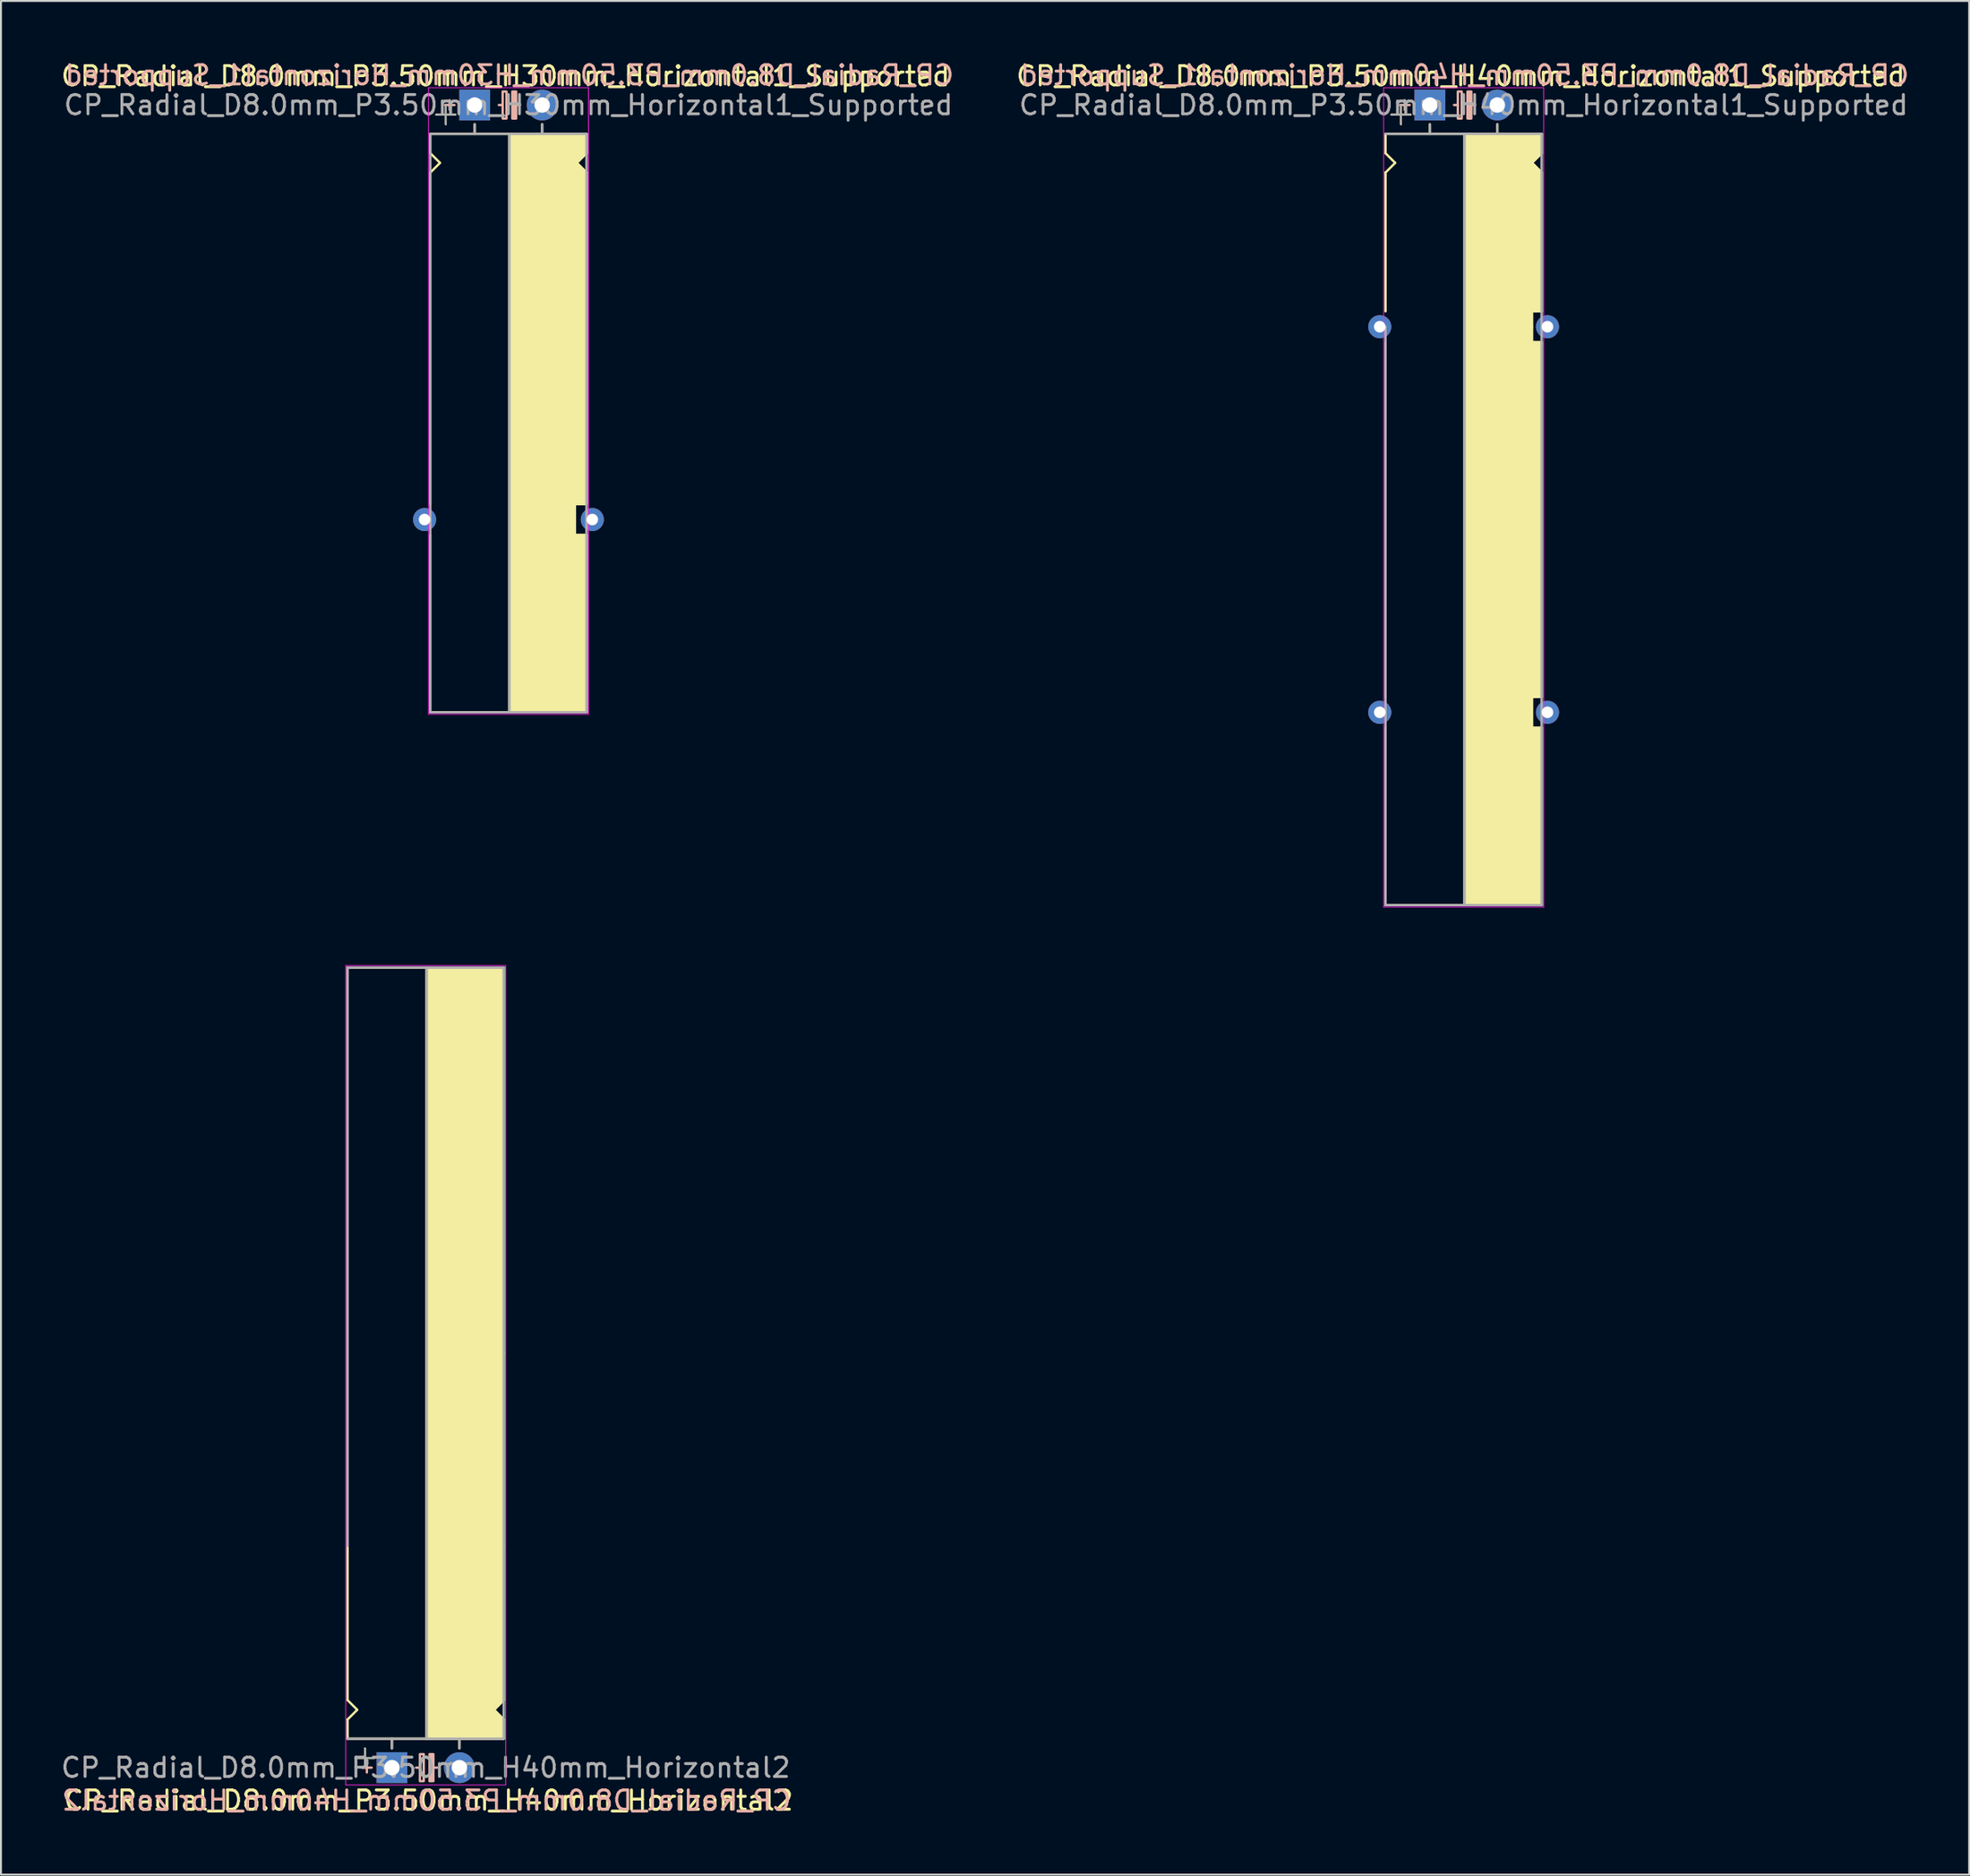
<source format=kicad_pcb>
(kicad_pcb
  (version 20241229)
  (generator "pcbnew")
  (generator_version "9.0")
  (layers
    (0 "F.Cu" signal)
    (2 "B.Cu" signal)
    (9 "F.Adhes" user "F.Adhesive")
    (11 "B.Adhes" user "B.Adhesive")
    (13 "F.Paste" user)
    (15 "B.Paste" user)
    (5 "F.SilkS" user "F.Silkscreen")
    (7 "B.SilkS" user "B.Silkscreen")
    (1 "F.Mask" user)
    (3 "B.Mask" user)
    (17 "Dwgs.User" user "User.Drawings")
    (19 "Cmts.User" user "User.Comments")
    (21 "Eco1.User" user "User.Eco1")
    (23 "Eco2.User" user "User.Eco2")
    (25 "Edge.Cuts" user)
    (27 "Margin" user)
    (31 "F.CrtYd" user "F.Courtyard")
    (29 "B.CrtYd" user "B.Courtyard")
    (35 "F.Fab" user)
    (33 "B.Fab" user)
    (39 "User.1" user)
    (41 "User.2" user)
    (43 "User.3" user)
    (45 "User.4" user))
  (footprint "CP_Radial_D8.0mm_P3.50mm_H40mm_Horizontal1_Supported"
    (layer "F.Cu")
    (at 71.118 2.398)
    (property "Reference" "CP_Radial_D8.0mm_P3.50mm_H40mm_Horizontal1_Supported" (at 1.6 -1.5 0) (layer "F.SilkS") (effects (font (size 1 1) (thickness 0.15))))
    (fp_line (start -2.3 1.5) (end 5.8 1.5) (stroke (width 0.12) (type solid)) (layer "F.SilkS"))
    (fp_line (start -2.3 2.5) (end -2.3 1.5) (stroke (width 0.12) (type solid)) (layer "F.SilkS"))
    (fp_line (start -2.3 3.5) (end -2.3 10.7) (stroke (width 0.12) (type solid)) (layer "F.SilkS"))
    (fp_line (start -2.3 3.5) (end -1.8 3) (stroke (width 0.12) (type solid)) (layer "F.SilkS"))
    (fp_line (start -2.3 12.3) (end -2.3 30.7) (stroke (width 0.12) (type solid)) (layer "F.SilkS"))
    (fp_line (start -2.3 32.3) (end -2.3 41.5) (stroke (width 0.12) (type solid)) (layer "F.SilkS"))
    (fp_line (start -2.3 41.5) (end 5.8 41.5) (stroke (width 0.12) (type solid)) (layer "F.SilkS"))
    (fp_line (start -2 0.5) (end -1 0.5) (stroke (width 0.1) (type solid)) (layer "F.SilkS"))
    (fp_line (start -1.8 3) (end -2.3 2.5) (stroke (width 0.12) (type solid)) (layer "F.SilkS"))
    (fp_line (start -1.5 1) (end -1.5 0) (stroke (width 0.1) (type solid)) (layer "F.SilkS"))
    (fp_line (start 0 1) (end 0 1.5) (stroke (width 0.12) (type solid)) (layer "F.SilkS"))
    (fp_line (start 1.8 41.5) (end 1.8 1.5) (stroke (width 0.12) (type solid)) (layer "F.SilkS"))
    (fp_line (start 3.5 1) (end 3.5 1.5) (stroke (width 0.12) (type solid)) (layer "F.SilkS"))
    (fp_line (start 5.3 3) (end 5.8 2.5) (stroke (width 0.12) (type solid)) (layer "F.SilkS"))
    (fp_line (start 5.3 10.7) (end 5.8 10.7) (stroke (width 0.12) (type solid)) (layer "F.SilkS"))
    (fp_line (start 5.3 11.5) (end 5.3 10.7) (stroke (width 0.12) (type solid)) (layer "F.SilkS"))
    (fp_line (start 5.3 11.5) (end 5.3 12.3) (stroke (width 0.12) (type solid)) (layer "F.SilkS"))
    (fp_line (start 5.3 30.7) (end 5.3 32.3) (stroke (width 0.12) (type solid)) (layer "F.SilkS"))
    (fp_line (start 5.3 30.7) (end 5.8 30.7) (stroke (width 0.12) (type solid)) (layer "F.SilkS"))
    (fp_line (start 5.3 32.3) (end 5.8 32.3) (stroke (width 0.12) (type solid)) (layer "F.SilkS"))
    (fp_line (start 5.8 2.5) (end 5.8 1.5) (stroke (width 0.12) (type solid)) (layer "F.SilkS"))
    (fp_line (start 5.8 3.5) (end 5.3 3) (stroke (width 0.12) (type solid)) (layer "F.SilkS"))
    (fp_line (start 5.8 10.7) (end 5.8 3.5) (stroke (width 0.12) (type solid)) (layer "F.SilkS"))
    (fp_line (start 5.8 12.3) (end 5.3 12.3) (stroke (width 0.12) (type solid)) (layer "F.SilkS"))
    (fp_line (start 5.8 12.4) (end 5.8 12.3) (stroke (width 0.12) (type solid)) (layer "F.SilkS"))
    (fp_line (start 5.8 12.4) (end 5.8 30.7) (stroke (width 0.12) (type solid)) (layer "F.SilkS"))
    (fp_line (start 5.8 32.3) (end 5.8 41.5) (stroke (width 0.12) (type solid)) (layer "F.SilkS"))
    (fp_poly (pts (xy 5.8 2.5) (xy 5.3 3) (xy 5.8 3.5) (xy 5.8 10.7) (xy 5.3 10.7) (xy 5.3 12.3) (xy 5.8 12.3) (xy 5.8 30.7) (xy 5.3 30.7) (xy 5.3 32.3) (xy 5.8 32.3) (xy 5.8 41.5) (xy 1.8 41.5) (xy 1.8 1.5) (xy 5.8 1.5)) (stroke (width 0.1) (type solid)) (fill yes) (layer "F.SilkS"))
    (fp_line (start -1.3 -0.25) (end -1.3 0.25) (stroke (width 0.12) (type solid)) (layer "B.SilkS"))
    (fp_line (start -1.05 0) (end -1.55 0) (stroke (width 0.12) (type solid)) (layer "B.SilkS"))
    (fp_line (start 1.45 0) (end 1.25 0) (stroke (width 0.12) (type solid)) (layer "B.SilkS"))
    (fp_line (start 2.15 0) (end 2.35 0) (stroke (width 0.12) (type solid)) (layer "B.SilkS"))
    (fp_rect (start 1.65 -0.7) (end 1.45 0.7) (stroke (width 0.12) (type solid)) (fill no) (layer "B.SilkS"))
    (fp_rect (start 2.15 -0.7) (end 1.95 0.7) (stroke (width 0.12) (type solid)) (fill yes) (layer "B.SilkS"))
    (fp_line (start -2.4 -0.9) (end 5.9 -0.9) (stroke (width 0.04) (type solid)) (layer "F.CrtYd"))
    (fp_line (start -2.4 1.5) (end -2.4 -0.9) (stroke (width 0.04) (type solid)) (layer "F.CrtYd"))
    (fp_line (start -2.4 41.6) (end -2.4 1.5) (stroke (width 0.04) (type solid)) (layer "F.CrtYd"))
    (fp_line (start 5.9 -0.9) (end 5.9 41.6) (stroke (width 0.04) (type solid)) (layer "F.CrtYd"))
    (fp_line (start 5.9 41.6) (end -2.4 41.6) (stroke (width 0.04) (type solid)) (layer "F.CrtYd"))
    (fp_line (start -2.3 1.5) (end 5.8 1.5) (stroke (width 0.12) (type solid)) (layer "F.Fab"))
    (fp_line (start -2.3 41.5) (end -2.3 11.5) (stroke (width 0.12) (type solid)) (layer "F.Fab"))
    (fp_line (start -2 0.5) (end -1 0.5) (stroke (width 0.1) (type solid)) (layer "F.Fab"))
    (fp_line (start -1.5 1) (end -1.5 0) (stroke (width 0.1) (type solid)) (layer "F.Fab"))
    (fp_line (start 0 1.5) (end 0 1) (stroke (width 0.12) (type solid)) (layer "F.Fab"))
    (fp_line (start 1.8 1.5) (end 1.8 41.5) (stroke (width 0.12) (type solid)) (layer "F.Fab"))
    (fp_line (start 3.5 1.5) (end 3.5 1) (stroke (width 0.12) (type solid)) (layer "F.Fab"))
    (fp_line (start 5.8 1.5) (end 5.8 41.5) (stroke (width 0.12) (type solid)) (layer "F.Fab"))
    (fp_line (start 5.8 41.5) (end -2.3 41.5) (stroke (width 0.12) (type solid)) (layer "F.Fab"))
    (fp_poly (pts (xy 5.8 41.5) (xy 1.8 41.5) (xy 1.8 1.5) (xy 5.8 1.5)) (stroke (width 0.1) (type solid)) (fill no) (layer "F.Fab"))
    (fp_text user "${REFERENCE}" (at 1.8 -1.55 0) (layer "B.SilkS") (effects (font (size 1 1) (thickness 0.15)) (justify mirror)))
    (fp_text user "${REFERENCE}" (at 1.75 0 0) (layer "F.Fab") (effects (font (size 1 1) (thickness 0.15))))
    (pad "1" thru_hole rect (at 0 0) (size 1.6 1.6) (drill 0.8) (layers "*.Cu" "*.Mask"))
    (pad "2" thru_hole circle (at 3.5 0) (size 1.6 1.6) (drill 0.8) (layers "*.Cu" "*.Mask"))
    (pad "~" thru_hole circle (at -2.6 11.5) (size 1.2 1.2) (drill 0.6) (layers "*.Cu" "*.Mask"))
    (pad "~" thru_hole circle (at -2.6 31.5) (size 1.2 1.2) (drill 0.6) (layers "*.Cu" "*.Mask"))
    (pad "~" thru_hole circle (at 6.1 11.5) (size 1.2 1.2) (drill 0.6) (layers "*.Cu" "*.Mask"))
    (pad "~" thru_hole circle (at 6.1 31.5) (size 1.2 1.2) (drill 0.6) (layers "*.Cu" "*.Mask")))
  (footprint "CP_Radial_D8.0mm_P3.50mm_H30mm_Horizontal1_Supported"
    (layer "F.Cu")
    (at 21.573 2.398)
    (property "Reference" "CP_Radial_D8.0mm_P3.50mm_H30mm_Horizontal1_Supported" (at 1.6 -1.5 0) (layer "F.SilkS") (effects (font (size 1 1) (thickness 0.15))))
    (fp_line (start -2.3 1.5) (end 5.8 1.5) (stroke (width 0.12) (type solid)) (layer "F.SilkS"))
    (fp_line (start -2.3 2.5) (end -2.3 1.5) (stroke (width 0.12) (type solid)) (layer "F.SilkS"))
    (fp_line (start -2.3 3.5) (end -2.3 20.7) (stroke (width 0.12) (type solid)) (layer "F.SilkS"))
    (fp_line (start -2.3 3.5) (end -1.8 3) (stroke (width 0.12) (type solid)) (layer "F.SilkS"))
    (fp_line (start -2.3 22.3) (end -2.3 31.5) (stroke (width 0.12) (type solid)) (layer "F.SilkS"))
    (fp_line (start -2.3 31.5) (end 5.8 31.5) (stroke (width 0.12) (type solid)) (layer "F.SilkS"))
    (fp_line (start -2 0.5) (end -1 0.5) (stroke (width 0.1) (type solid)) (layer "F.SilkS"))
    (fp_line (start -1.8 3) (end -2.3 2.5) (stroke (width 0.12) (type solid)) (layer "F.SilkS"))
    (fp_line (start -1.5 1) (end -1.5 0) (stroke (width 0.1) (type solid)) (layer "F.SilkS"))
    (fp_line (start 0 1) (end 0 1.5) (stroke (width 0.12) (type solid)) (layer "F.SilkS"))
    (fp_line (start 1.8 31.5) (end 1.8 1.5) (stroke (width 0.12) (type solid)) (layer "F.SilkS"))
    (fp_line (start 3.5 1) (end 3.5 1.5) (stroke (width 0.12) (type solid)) (layer "F.SilkS"))
    (fp_line (start 5.2 20.7) (end 5.8 20.7) (stroke (width 0.12) (type solid)) (layer "F.SilkS"))
    (fp_line (start 5.2 22.3) (end 5.2 20.7) (stroke (width 0.12) (type solid)) (layer "F.SilkS"))
    (fp_line (start 5.3 3) (end 5.8 2.5) (stroke (width 0.12) (type solid)) (layer "F.SilkS"))
    (fp_line (start 5.8 2.5) (end 5.8 1.5) (stroke (width 0.12) (type solid)) (layer "F.SilkS"))
    (fp_line (start 5.8 3.5) (end 5.3 3) (stroke (width 0.12) (type solid)) (layer "F.SilkS"))
    (fp_line (start 5.8 3.5) (end 5.8 20.7) (stroke (width 0.12) (type solid)) (layer "F.SilkS"))
    (fp_line (start 5.8 22.3) (end 5.2 22.3) (stroke (width 0.12) (type solid)) (layer "F.SilkS"))
    (fp_line (start 5.8 22.3) (end 5.8 31.5) (stroke (width 0.12) (type solid)) (layer "F.SilkS"))
    (fp_poly (pts (xy 5.8 2.5) (xy 5.3 3) (xy 5.8 3.5) (xy 5.8 20.7) (xy 5.2 20.7) (xy 5.2 22.3) (xy 5.8 22.3) (xy 5.8 31.5) (xy 1.8 31.5) (xy 1.8 1.5) (xy 5.8 1.5)) (stroke (width 0.1) (type solid)) (fill yes) (layer "F.SilkS"))
    (fp_line (start -1.3 -0.25) (end -1.3 0.25) (stroke (width 0.12) (type solid)) (layer "B.SilkS"))
    (fp_line (start -1.05 0) (end -1.55 0) (stroke (width 0.12) (type solid)) (layer "B.SilkS"))
    (fp_line (start 1.45 0) (end 1.25 0) (stroke (width 0.12) (type solid)) (layer "B.SilkS"))
    (fp_line (start 2.15 0) (end 2.35 0) (stroke (width 0.12) (type solid)) (layer "B.SilkS"))
    (fp_rect (start 1.65 -0.7) (end 1.45 0.7) (stroke (width 0.12) (type solid)) (fill no) (layer "B.SilkS"))
    (fp_rect (start 2.15 -0.7) (end 1.95 0.7) (stroke (width 0.12) (type solid)) (fill yes) (layer "B.SilkS"))
    (fp_line (start -2.4 -0.9) (end 5.9 -0.9) (stroke (width 0.04) (type solid)) (layer "F.CrtYd"))
    (fp_line (start -2.4 1.5) (end -2.4 -0.9) (stroke (width 0.04) (type solid)) (layer "F.CrtYd"))
    (fp_line (start -2.4 31.6) (end -2.4 1.5) (stroke (width 0.04) (type solid)) (layer "F.CrtYd"))
    (fp_line (start 5.9 -0.9) (end 5.9 31.6) (stroke (width 0.04) (type solid)) (layer "F.CrtYd"))
    (fp_line (start 5.9 31.6) (end -2.4 31.6) (stroke (width 0.04) (type solid)) (layer "F.CrtYd"))
    (fp_line (start -2.3 1.5) (end 5.8 1.5) (stroke (width 0.12) (type solid)) (layer "F.Fab"))
    (fp_line (start -2.3 31.5) (end -2.3 1.5) (stroke (width 0.12) (type solid)) (layer "F.Fab"))
    (fp_line (start -2 0.5) (end -1 0.5) (stroke (width 0.1) (type solid)) (layer "F.Fab"))
    (fp_line (start -1.5 1) (end -1.5 0) (stroke (width 0.1) (type solid)) (layer "F.Fab"))
    (fp_line (start 0 1.5) (end 0 1) (stroke (width 0.12) (type solid)) (layer "F.Fab"))
    (fp_line (start 1.8 1.5) (end 1.8 31.5) (stroke (width 0.12) (type solid)) (layer "F.Fab"))
    (fp_line (start 3.5 1.5) (end 3.5 1) (stroke (width 0.12) (type solid)) (layer "F.Fab"))
    (fp_line (start 5.8 1.5) (end 5.8 31.5) (stroke (width 0.12) (type solid)) (layer "F.Fab"))
    (fp_line (start 5.8 31.5) (end -2.3 31.5) (stroke (width 0.12) (type solid)) (layer "F.Fab"))
    (fp_poly (pts (xy 5.8 31.5) (xy 1.8 31.5) (xy 1.8 1.5) (xy 5.8 1.5)) (stroke (width 0.1) (type solid)) (fill no) (layer "F.Fab"))
    (fp_text user "${REFERENCE}" (at 1.8 -1.55 0) (layer "B.SilkS") (effects (font (size 1 1) (thickness 0.15)) (justify mirror)))
    (fp_text user "${REFERENCE}" (at 1.75 0 0) (layer "F.Fab") (effects (font (size 1 1) (thickness 0.15))))
    (pad "1" thru_hole rect (at 0 0) (size 1.6 1.6) (drill 0.8) (layers "*.Cu" "*.Mask"))
    (pad "2" thru_hole circle (at 3.5 0) (size 1.6 1.6) (drill 0.8) (layers "*.Cu" "*.Mask"))
    (pad "~" thru_hole circle (at -2.6 21.5) (size 1.2 1.2) (drill 0.6) (layers "*.Cu" "*.Mask"))
    (pad "~" thru_hole circle (at 6.1 21.5) (size 1.2 1.2) (drill 0.6) (layers "*.Cu" "*.Mask")))
  (footprint "CP_Radial_D8.0mm_P3.50mm_H40mm_Horizontal2"
    (layer "F.Cu")
    (at 17.28 88.638)
    (property "Reference" "CP_Radial_D8.0mm_P3.50mm_H40mm_Horizontal2" (at 1.9 1.7 0) (layer "F.SilkS") (effects (font (size 1 1) (thickness 0.15))))
    (fp_line (start -2.3 -41.5) (end 5.8 -41.5) (stroke (width 0.12) (type solid)) (layer "F.SilkS"))
    (fp_line (start -2.3 -3.5) (end -2.3 -41.5) (stroke (width 0.12) (type solid)) (layer "F.SilkS"))
    (fp_line (start -2.3 -3.5) (end -1.8 -3) (stroke (width 0.12) (type solid)) (layer "F.SilkS"))
    (fp_line (start -2.3 -2.5) (end -2.3 -1.5) (stroke (width 0.12) (type solid)) (layer "F.SilkS"))
    (fp_line (start -2.3 -1.5) (end 5.8 -1.5) (stroke (width 0.12) (type solid)) (layer "F.SilkS"))
    (fp_line (start -1.9 -0.5) (end -0.9 -0.5) (stroke (width 0.1) (type solid)) (layer "F.SilkS"))
    (fp_line (start -1.8 -3) (end -2.3 -2.5) (stroke (width 0.12) (type solid)) (layer "F.SilkS"))
    (fp_line (start -1.4 0) (end -1.4 -1) (stroke (width 0.1) (type solid)) (layer "F.SilkS"))
    (fp_line (start 0 -1) (end 0 -1.5) (stroke (width 0.12) (type solid)) (layer "F.SilkS"))
    (fp_line (start 1.8 -41.5) (end 1.8 -1.5) (stroke (width 0.12) (type solid)) (layer "F.SilkS"))
    (fp_line (start 3.5 -1) (end 3.5 -1.5) (stroke (width 0.12) (type solid)) (layer "F.SilkS"))
    (fp_line (start 5.3 -3) (end 5.8 -2.5) (stroke (width 0.12) (type solid)) (layer "F.SilkS"))
    (fp_line (start 5.8 -21.5) (end 5.7 -21.5) (stroke (width 0.12) (type solid)) (layer "F.SilkS"))
    (fp_line (start 5.8 -11.5) (end 5.8 -41.5) (stroke (width 0.12) (type solid)) (layer "F.SilkS"))
    (fp_line (start 5.8 -11.5) (end 5.8 -3.5) (stroke (width 0.12) (type solid)) (layer "F.SilkS"))
    (fp_line (start 5.8 -3.5) (end 5.3 -3) (stroke (width 0.12) (type solid)) (layer "F.SilkS"))
    (fp_line (start 5.8 -2.5) (end 5.8 -1.5) (stroke (width 0.12) (type solid)) (layer "F.SilkS"))
    (fp_poly (pts (xy 5.8 -2.5) (xy 5.3 -3) (xy 5.8 -3.5) (xy 5.8 -41.5) (xy 1.8 -41.5) (xy 1.8 -1.5) (xy 5.8 -1.5)) (stroke (width 0.1) (type solid)) (fill yes) (layer "F.SilkS"))
    (fp_line (start -1.3 -0.25) (end -1.3 0.25) (stroke (width 0.12) (type solid)) (layer "B.SilkS"))
    (fp_line (start -1.05 0) (end -1.55 0) (stroke (width 0.12) (type solid)) (layer "B.SilkS"))
    (fp_line (start 1.45 0) (end 1.25 0) (stroke (width 0.12) (type solid)) (layer "B.SilkS"))
    (fp_line (start 2.15 0) (end 2.35 0) (stroke (width 0.12) (type solid)) (layer "B.SilkS"))
    (fp_rect (start 1.65 -0.7) (end 1.45 0.7) (stroke (width 0.12) (type solid)) (fill no) (layer "B.SilkS"))
    (fp_rect (start 2.15 -0.7) (end 1.95 0.7) (stroke (width 0.12) (type solid)) (fill yes) (layer "B.SilkS"))
    (fp_line (start -2.4 -41.6) (end -2.4 -1.5) (stroke (width 0.04) (type solid)) (layer "F.CrtYd"))
    (fp_line (start -2.4 -1.5) (end -2.4 0.9) (stroke (width 0.04) (type solid)) (layer "F.CrtYd"))
    (fp_line (start -2.4 0.9) (end 5.9 0.9) (stroke (width 0.04) (type solid)) (layer "F.CrtYd"))
    (fp_line (start 5.9 -41.6) (end -2.4 -41.6) (stroke (width 0.04) (type solid)) (layer "F.CrtYd"))
    (fp_line (start 5.9 0.9) (end 5.9 -41.6) (stroke (width 0.04) (type solid)) (layer "F.CrtYd"))
    (fp_line (start -2.3 -41.5) (end -2.3 -11.5) (stroke (width 0.12) (type solid)) (layer "F.Fab"))
    (fp_line (start -2.3 -1.5) (end 5.8 -1.5) (stroke (width 0.12) (type solid)) (layer "F.Fab"))
    (fp_line (start -1.9 -0.5) (end -0.9 -0.5) (stroke (width 0.1) (type solid)) (layer "F.Fab"))
    (fp_line (start -1.4 0) (end -1.4 -1) (stroke (width 0.1) (type solid)) (layer "F.Fab"))
    (fp_line (start 0 -1.5) (end 0 -1) (stroke (width 0.12) (type solid)) (layer "F.Fab"))
    (fp_line (start 1.8 -1.5) (end 1.8 -41.5) (stroke (width 0.12) (type solid)) (layer "F.Fab"))
    (fp_line (start 3.5 -1.5) (end 3.5 -1) (stroke (width 0.12) (type solid)) (layer "F.Fab"))
    (fp_line (start 5.8 -41.5) (end -2.3 -41.5) (stroke (width 0.12) (type solid)) (layer "F.Fab"))
    (fp_line (start 5.8 -1.5) (end 5.8 -41.5) (stroke (width 0.12) (type solid)) (layer "F.Fab"))
    (fp_poly (pts (xy 5.8 -41.5) (xy 1.8 -41.5) (xy 1.8 -1.5) (xy 5.8 -1.5)) (stroke (width 0.1) (type solid)) (fill no) (layer "F.Fab"))
    (fp_text user "${REFERENCE}" (at 1.8 1.7 0) (layer "B.SilkS") (effects (font (size 1 1) (thickness 0.15)) (justify mirror)))
    (fp_text user "${REFERENCE}" (at 1.75 0 0) (layer "F.Fab") (effects (font (size 1 1) (thickness 0.15))))
    (pad "1" thru_hole rect (at 0 0) (size 1.6 1.6) (drill 0.8) (layers "*.Cu" "*.Mask"))
    (pad "2" thru_hole circle (at 3.5 0) (size 1.6 1.6) (drill 0.8) (layers "*.Cu" "*.Mask")))
  (gr_rect
    (start -3 -3)
    (end 99.09 94.186)
    (stroke (width 0.1) (type default))
    (fill no)
    (layer "Edge.Cuts")))
</source>
